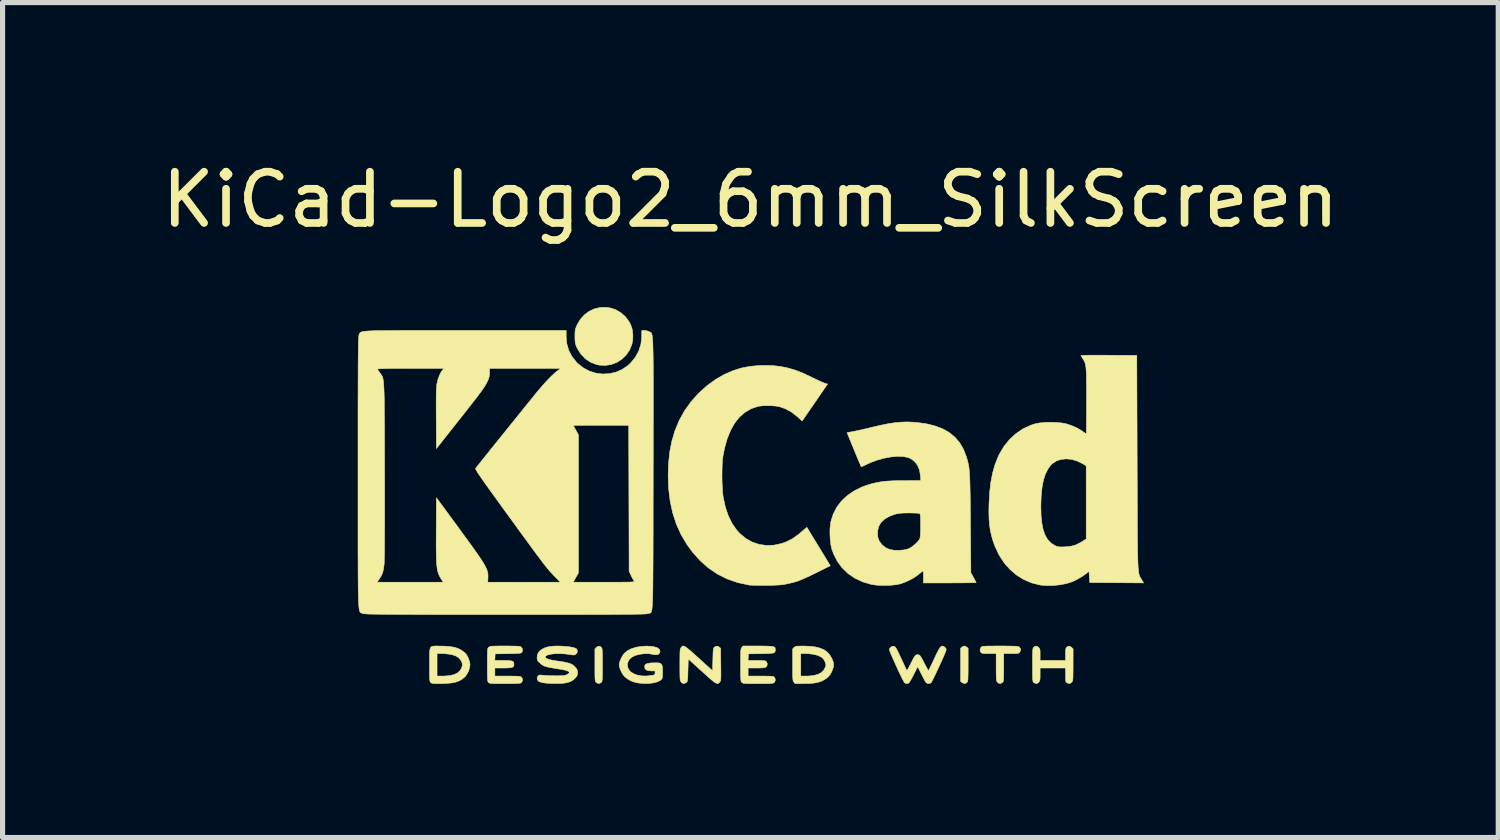
<source format=kicad_pcb>
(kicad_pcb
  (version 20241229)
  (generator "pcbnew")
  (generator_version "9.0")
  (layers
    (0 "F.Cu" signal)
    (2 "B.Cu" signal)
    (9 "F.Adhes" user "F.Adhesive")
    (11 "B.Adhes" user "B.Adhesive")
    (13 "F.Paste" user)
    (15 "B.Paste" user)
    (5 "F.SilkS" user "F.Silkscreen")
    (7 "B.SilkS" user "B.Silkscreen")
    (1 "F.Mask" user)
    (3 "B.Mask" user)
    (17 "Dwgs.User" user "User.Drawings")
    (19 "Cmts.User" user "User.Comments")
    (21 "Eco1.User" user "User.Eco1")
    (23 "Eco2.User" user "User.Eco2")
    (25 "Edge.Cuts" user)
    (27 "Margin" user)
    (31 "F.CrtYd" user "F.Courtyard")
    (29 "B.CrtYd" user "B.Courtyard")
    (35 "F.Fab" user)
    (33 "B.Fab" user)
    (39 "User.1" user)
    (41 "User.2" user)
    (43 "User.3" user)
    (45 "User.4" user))
  (footprint "KiCad-Logo2_6mm_SilkScreen"
    (layer "F.Cu")
    (at 11.601 5.928)
    (property "Reference" "KiCad-Logo2_6mm_SilkScreen" (at 0 -5.08 0) (layer "F.SilkS") (effects (font (size 1 1) (thickness 0.15))))
    (attr board_only exclude_from_pos_files exclude_from_bom)
    (fp_poly (pts (xy 4.2 3.642) (xy 4.224 3.657) (xy 4.251 3.678) (xy 4.251 4) (xy 4.251 4.094) (xy 4.25 4.168) (xy 4.249 4.225) (xy 4.248 4.267) (xy 4.246 4.297) (xy 4.243 4.317) (xy 4.239 4.331) (xy 4.233 4.341) (xy 4.229 4.345) (xy 4.198 4.366) (xy 4.162 4.365) (xy 4.131 4.347) (xy 4.104 4.326) (xy 4.104 3.678) (xy 4.131 3.657) (xy 4.156 3.641) (xy 4.177 3.635) (xy 4.2 3.642)) (stroke (width 0.01) (type solid)) (fill yes) (layer "F.SilkS"))
    (fp_poly (pts (xy -2.912 3.658) (xy -2.906 3.665) (xy -2.9 3.675) (xy -2.896 3.69) (xy -2.894 3.712) (xy -2.892 3.744) (xy -2.89 3.789) (xy -2.89 3.849) (xy -2.89 3.926) (xy -2.89 4.002) (xy -2.89 4.096) (xy -2.89 4.17) (xy -2.891 4.226) (xy -2.892 4.268) (xy -2.894 4.298) (xy -2.897 4.318) (xy -2.901 4.332) (xy -2.907 4.341) (xy -2.912 4.346) (xy -2.945 4.366) (xy -2.98 4.364) (xy -3.012 4.343) (xy -3.019 4.335) (xy -3.025 4.325) (xy -3.029 4.311) (xy -3.032 4.291) (xy -3.034 4.261) (xy -3.035 4.219) (xy -3.036 4.162) (xy -3.036 4.088) (xy -3.036 4.004) (xy -3.036 3.691) (xy -3.009 3.663) (xy -2.974 3.64) (xy -2.941 3.639) (xy -2.912 3.658)) (stroke (width 0.01) (type solid)) (fill yes) (layer "F.SilkS"))
    (fp_poly (pts (xy -2.726 -2.964) (xy -2.623 -2.928) (xy -2.527 -2.871) (xy -2.441 -2.795) (xy -2.369 -2.697) (xy -2.336 -2.636) (xy -2.308 -2.55) (xy -2.295 -2.451) (xy -2.296 -2.35) (xy -2.313 -2.257) (xy -2.359 -2.145) (xy -2.425 -2.047) (xy -2.509 -1.966) (xy -2.606 -1.904) (xy -2.714 -1.862) (xy -2.829 -1.844) (xy -2.948 -1.849) (xy -3.007 -1.862) (xy -3.121 -1.906) (xy -3.222 -1.974) (xy -3.309 -2.063) (xy -3.377 -2.171) (xy -3.383 -2.183) (xy -3.403 -2.227) (xy -3.415 -2.265) (xy -3.422 -2.304) (xy -3.425 -2.355) (xy -3.426 -2.41) (xy -3.425 -2.476) (xy -3.421 -2.523) (xy -3.413 -2.562) (xy -3.399 -2.6) (xy -3.382 -2.639) (xy -3.318 -2.747) (xy -3.238 -2.834) (xy -3.147 -2.901) (xy -3.047 -2.948) (xy -2.941 -2.973) (xy -2.833 -2.979) (xy -2.726 -2.964)) (stroke (width 0.01) (type solid)) (fill yes) (layer "F.SilkS"))
    (fp_poly (pts (xy 4.975 3.635) (xy 5.053 3.636) (xy 5.115 3.637) (xy 5.161 3.638) (xy 5.194 3.64) (xy 5.217 3.643) (xy 5.232 3.646) (xy 5.243 3.651) (xy 5.248 3.655) (xy 5.273 3.688) (xy 5.276 3.721) (xy 5.26 3.752) (xy 5.25 3.764) (xy 5.239 3.773) (xy 5.223 3.778) (xy 5.197 3.781) (xy 5.159 3.782) (xy 5.102 3.782) (xy 5.091 3.782) (xy 4.945 3.782) (xy 4.945 4.053) (xy 4.945 4.138) (xy 4.944 4.204) (xy 4.943 4.253) (xy 4.942 4.288) (xy 4.939 4.312) (xy 4.935 4.328) (xy 4.929 4.338) (xy 4.922 4.346) (xy 4.889 4.366) (xy 4.855 4.365) (xy 4.824 4.342) (xy 4.822 4.339) (xy 4.814 4.329) (xy 4.808 4.316) (xy 4.804 4.299) (xy 4.801 4.274) (xy 4.8 4.238) (xy 4.799 4.188) (xy 4.798 4.122) (xy 4.798 4.046) (xy 4.798 3.782) (xy 4.659 3.782) (xy 4.599 3.782) (xy 4.558 3.78) (xy 4.53 3.777) (xy 4.513 3.771) (xy 4.502 3.763) (xy 4.501 3.761) (xy 4.484 3.728) (xy 4.486 3.691) (xy 4.505 3.658) (xy 4.512 3.651) (xy 4.521 3.646) (xy 4.535 3.643) (xy 4.556 3.64) (xy 4.587 3.638) (xy 4.63 3.636) (xy 4.687 3.636) (xy 4.762 3.635) (xy 4.856 3.635) (xy 4.876 3.635) (xy 4.975 3.635)) (stroke (width 0.01) (type solid)) (fill yes) (layer "F.SilkS"))
    (fp_poly (pts (xy 6.241 3.641) (xy 6.272 3.663) (xy 6.3 3.691) (xy 6.3 4) (xy 6.3 4.092) (xy 6.299 4.164) (xy 6.298 4.219) (xy 6.297 4.26) (xy 6.295 4.289) (xy 6.291 4.309) (xy 6.287 4.323) (xy 6.281 4.333) (xy 6.276 4.339) (xy 6.245 4.364) (xy 6.21 4.367) (xy 6.178 4.351) (xy 6.167 4.343) (xy 6.16 4.331) (xy 6.156 4.312) (xy 6.154 4.281) (xy 6.153 4.235) (xy 6.153 4.199) (xy 6.153 4.064) (xy 5.656 4.064) (xy 5.656 4.187) (xy 5.656 4.243) (xy 5.654 4.282) (xy 5.649 4.308) (xy 5.642 4.326) (xy 5.633 4.339) (xy 5.602 4.364) (xy 5.567 4.367) (xy 5.533 4.349) (xy 5.524 4.34) (xy 5.518 4.328) (xy 5.514 4.309) (xy 5.511 4.28) (xy 5.51 4.236) (xy 5.509 4.174) (xy 5.509 4.16) (xy 5.509 4.044) (xy 5.508 3.948) (xy 5.508 3.87) (xy 5.509 3.809) (xy 5.51 3.762) (xy 5.512 3.727) (xy 5.514 3.701) (xy 5.517 3.684) (xy 5.521 3.672) (xy 5.526 3.664) (xy 5.532 3.658) (xy 5.564 3.638) (xy 5.597 3.641) (xy 5.628 3.663) (xy 5.641 3.677) (xy 5.649 3.693) (xy 5.654 3.716) (xy 5.656 3.75) (xy 5.656 3.802) (xy 5.656 3.917) (xy 6.153 3.917) (xy 6.153 3.799) (xy 6.153 3.744) (xy 6.155 3.707) (xy 6.16 3.683) (xy 6.167 3.668) (xy 6.175 3.658) (xy 6.207 3.638) (xy 6.241 3.641)) (stroke (width 0.01) (type solid)) (fill yes) (layer "F.SilkS"))
    (fp_poly (pts (xy 1.03 3.635) (xy 1.159 3.64) (xy 1.269 3.653) (xy 1.361 3.676) (xy 1.438 3.709) (xy 1.5 3.754) (xy 1.551 3.81) (xy 1.591 3.88) (xy 1.592 3.882) (xy 1.616 3.944) (xy 1.625 3.999) (xy 1.618 4.054) (xy 1.595 4.117) (xy 1.591 4.127) (xy 1.562 4.183) (xy 1.529 4.227) (xy 1.487 4.264) (xy 1.429 4.3) (xy 1.426 4.302) (xy 1.375 4.326) (xy 1.318 4.344) (xy 1.251 4.357) (xy 1.17 4.365) (xy 1.072 4.368) (xy 1.037 4.368) (xy 0.871 4.369) (xy 0.848 4.339) (xy 0.841 4.33) (xy 0.836 4.318) (xy 0.831 4.302) (xy 0.829 4.279) (xy 0.827 4.247) (xy 0.826 4.222) (xy 0.983 4.222) (xy 1.076 4.222) (xy 1.131 4.221) (xy 1.188 4.216) (xy 1.234 4.21) (xy 1.237 4.21) (xy 1.319 4.188) (xy 1.383 4.155) (xy 1.43 4.109) (xy 1.463 4.049) (xy 1.469 4.033) (xy 1.474 4.009) (xy 1.472 3.984) (xy 1.46 3.952) (xy 1.453 3.936) (xy 1.43 3.893) (xy 1.402 3.863) (xy 1.371 3.843) (xy 1.309 3.816) (xy 1.229 3.796) (xy 1.137 3.785) (xy 1.07 3.782) (xy 0.983 3.782) (xy 0.983 4.222) (xy 0.826 4.222) (xy 0.825 4.201) (xy 0.825 4.141) (xy 0.825 4.062) (xy 0.825 4) (xy 0.825 3.691) (xy 0.852 3.663) (xy 0.865 3.652) (xy 0.878 3.644) (xy 0.896 3.639) (xy 0.924 3.637) (xy 0.966 3.636) (xy 1.026 3.635) (xy 1.03 3.635)) (stroke (width 0.01) (type solid)) (fill yes) (layer "F.SilkS"))
    (fp_poly (pts (xy -6.11 3.635) (xy -6.07 3.636) (xy -5.954 3.638) (xy -5.858 3.647) (xy -5.776 3.661) (xy -5.707 3.683) (xy -5.647 3.714) (xy -5.592 3.753) (xy -5.572 3.77) (xy -5.54 3.81) (xy -5.511 3.864) (xy -5.488 3.924) (xy -5.476 3.981) (xy -5.475 4.002) (xy -5.483 4.061) (xy -5.504 4.125) (xy -5.535 4.186) (xy -5.572 4.235) (xy -5.578 4.24) (xy -5.629 4.282) (xy -5.684 4.314) (xy -5.748 4.338) (xy -5.823 4.354) (xy -5.912 4.364) (xy -6.019 4.369) (xy -6.068 4.369) (xy -6.13 4.369) (xy -6.174 4.367) (xy -6.203 4.365) (xy -6.222 4.36) (xy -6.235 4.353) (xy -6.242 4.346) (xy -6.249 4.339) (xy -6.254 4.329) (xy -6.258 4.315) (xy -6.261 4.293) (xy -6.263 4.26) (xy -6.264 4.216) (xy -6.265 4.156) (xy -6.265 4.078) (xy -6.265 4.002) (xy -6.265 3.901) (xy -6.265 3.821) (xy -6.264 3.782) (xy -6.118 3.782) (xy -6.118 4.222) (xy -6.025 4.222) (xy -5.969 4.221) (xy -5.91 4.216) (xy -5.861 4.211) (xy -5.86 4.21) (xy -5.781 4.191) (xy -5.719 4.161) (xy -5.673 4.119) (xy -5.643 4.073) (xy -5.625 4.022) (xy -5.626 3.974) (xy -5.647 3.923) (xy -5.689 3.87) (xy -5.746 3.831) (xy -5.821 3.805) (xy -5.871 3.795) (xy -5.928 3.789) (xy -5.988 3.784) (xy -6.039 3.782) (xy -6.042 3.782) (xy -6.118 3.782) (xy -6.264 3.782) (xy -6.264 3.758) (xy -6.259 3.711) (xy -6.251 3.678) (xy -6.238 3.656) (xy -6.218 3.643) (xy -6.191 3.637) (xy -6.155 3.635) (xy -6.11 3.635)) (stroke (width 0.01) (type solid)) (fill yes) (layer "F.SilkS"))
    (fp_poly (pts (xy -1.288 3.64) (xy -1.265 3.653) (xy -1.234 3.676) (xy -1.194 3.709) (xy -1.144 3.752) (xy -1.082 3.807) (xy -1.006 3.876) (xy -0.92 3.954) (xy -0.739 4.118) (xy -0.733 3.898) (xy -0.731 3.823) (xy -0.729 3.766) (xy -0.727 3.726) (xy -0.724 3.698) (xy -0.72 3.681) (xy -0.714 3.669) (xy -0.705 3.66) (xy -0.701 3.657) (xy -0.667 3.638) (xy -0.634 3.641) (xy -0.608 3.657) (xy -0.581 3.678) (xy -0.578 3.993) (xy -0.577 4.086) (xy -0.576 4.159) (xy -0.576 4.214) (xy -0.577 4.256) (xy -0.579 4.285) (xy -0.582 4.305) (xy -0.586 4.32) (xy -0.592 4.33) (xy -0.598 4.339) (xy -0.612 4.354) (xy -0.625 4.365) (xy -0.64 4.369) (xy -0.659 4.365) (xy -0.684 4.353) (xy -0.716 4.331) (xy -0.757 4.298) (xy -0.809 4.253) (xy -0.874 4.195) (xy -0.948 4.128) (xy -1.213 3.888) (xy -1.219 4.107) (xy -1.221 4.182) (xy -1.223 4.239) (xy -1.225 4.279) (xy -1.228 4.306) (xy -1.233 4.324) (xy -1.239 4.335) (xy -1.247 4.344) (xy -1.251 4.347) (xy -1.288 4.367) (xy -1.323 4.364) (xy -1.353 4.339) (xy -1.36 4.329) (xy -1.366 4.318) (xy -1.37 4.302) (xy -1.373 4.279) (xy -1.375 4.246) (xy -1.376 4.201) (xy -1.377 4.14) (xy -1.377 4.061) (xy -1.377 4.002) (xy -1.377 3.911) (xy -1.376 3.839) (xy -1.376 3.784) (xy -1.374 3.744) (xy -1.372 3.715) (xy -1.368 3.695) (xy -1.364 3.681) (xy -1.358 3.671) (xy -1.353 3.665) (xy -1.342 3.651) (xy -1.332 3.64) (xy -1.32 3.634) (xy -1.306 3.634) (xy -1.288 3.64)) (stroke (width 0.01) (type solid)) (fill yes) (layer "F.SilkS"))
    (fp_poly (pts (xy -1.938 3.641) (xy -1.87 3.652) (xy -1.817 3.67) (xy -1.783 3.694) (xy -1.774 3.707) (xy -1.764 3.738) (xy -1.771 3.767) (xy -1.791 3.793) (xy -1.822 3.806) (xy -1.867 3.805) (xy -1.903 3.798) (xy -1.981 3.785) (xy -2.061 3.784) (xy -2.15 3.794) (xy -2.175 3.799) (xy -2.258 3.822) (xy -2.323 3.857) (xy -2.369 3.903) (xy -2.395 3.959) (xy -2.401 3.988) (xy -2.397 4.046) (xy -2.374 4.098) (xy -2.333 4.142) (xy -2.277 4.177) (xy -2.207 4.203) (xy -2.126 4.218) (xy -2.036 4.221) (xy -1.939 4.211) (xy -1.934 4.21) (xy -1.895 4.203) (xy -1.874 4.196) (xy -1.865 4.185) (xy -1.862 4.168) (xy -1.862 4.159) (xy -1.862 4.121) (xy -1.931 4.121) (xy -1.991 4.117) (xy -2.032 4.103) (xy -2.056 4.08) (xy -2.065 4.045) (xy -2.065 4.041) (xy -2.06 4.011) (xy -2.043 3.99) (xy -2.01 3.976) (xy -1.96 3.967) (xy -1.911 3.964) (xy -1.841 3.963) (xy -1.789 3.965) (xy -1.755 3.975) (xy -1.733 3.995) (xy -1.721 4.027) (xy -1.716 4.074) (xy -1.715 4.136) (xy -1.717 4.206) (xy -1.721 4.253) (xy -1.728 4.278) (xy -1.73 4.28) (xy -1.769 4.312) (xy -1.826 4.337) (xy -1.897 4.355) (xy -1.98 4.365) (xy -2.069 4.367) (xy -2.163 4.36) (xy -2.218 4.352) (xy -2.304 4.328) (xy -2.384 4.288) (xy -2.451 4.236) (xy -2.461 4.226) (xy -2.495 4.182) (xy -2.524 4.128) (xy -2.548 4.072) (xy -2.561 4.02) (xy -2.562 4.001) (xy -2.556 3.96) (xy -2.538 3.908) (xy -2.513 3.855) (xy -2.483 3.805) (xy -2.457 3.773) (xy -2.396 3.724) (xy -2.317 3.685) (xy -2.223 3.657) (xy -2.117 3.64) (xy -2.02 3.636) (xy -1.938 3.641)) (stroke (width 0.01) (type solid)) (fill yes) (layer "F.SilkS"))
    (fp_poly (pts (xy 0.242 3.635) (xy 0.318 3.636) (xy 0.377 3.639) (xy 0.42 3.642) (xy 0.45 3.648) (xy 0.469 3.657) (xy 0.48 3.669) (xy 0.485 3.685) (xy 0.486 3.705) (xy 0.486 3.708) (xy 0.485 3.73) (xy 0.48 3.748) (xy 0.469 3.761) (xy 0.449 3.77) (xy 0.418 3.776) (xy 0.372 3.78) (xy 0.31 3.783) (xy 0.228 3.784) (xy 0.203 3.785) (xy -0.039 3.788) (xy -0.042 3.853) (xy -0.046 3.917) (xy 0.122 3.917) (xy 0.188 3.918) (xy 0.235 3.919) (xy 0.267 3.921) (xy 0.287 3.925) (xy 0.301 3.931) (xy 0.31 3.94) (xy 0.311 3.94) (xy 0.328 3.973) (xy 0.327 4.01) (xy 0.309 4.041) (xy 0.305 4.044) (xy 0.292 4.052) (xy 0.275 4.058) (xy 0.248 4.061) (xy 0.209 4.063) (xy 0.153 4.064) (xy 0.118 4.064) (xy -0.045 4.064) (xy -0.045 4.222) (xy 0.202 4.222) (xy 0.283 4.222) (xy 0.345 4.223) (xy 0.39 4.224) (xy 0.422 4.226) (xy 0.443 4.23) (xy 0.456 4.234) (xy 0.465 4.241) (xy 0.467 4.243) (xy 0.483 4.274) (xy 0.485 4.31) (xy 0.471 4.341) (xy 0.461 4.351) (xy 0.45 4.357) (xy 0.433 4.361) (xy 0.407 4.364) (xy 0.37 4.367) (xy 0.319 4.368) (xy 0.252 4.369) (xy 0.165 4.369) (xy 0.145 4.369) (xy 0.057 4.369) (xy -0.012 4.369) (xy -0.064 4.368) (xy -0.101 4.366) (xy -0.127 4.364) (xy -0.144 4.36) (xy -0.156 4.355) (xy -0.164 4.349) (xy -0.168 4.344) (xy -0.175 4.336) (xy -0.181 4.326) (xy -0.185 4.311) (xy -0.187 4.289) (xy -0.189 4.257) (xy -0.191 4.212) (xy -0.191 4.151) (xy -0.191 4.073) (xy -0.191 4.007) (xy -0.191 3.915) (xy -0.191 3.842) (xy -0.19 3.787) (xy -0.189 3.746) (xy -0.187 3.717) (xy -0.183 3.696) (xy -0.179 3.682) (xy -0.173 3.672) (xy -0.168 3.665) (xy -0.145 3.635) (xy 0.145 3.635) (xy 0.242 3.635)) (stroke (width 0.01) (type solid)) (fill yes) (layer "F.SilkS"))
    (fp_poly (pts (xy -4.701 3.635) (xy -4.632 3.636) (xy -4.579 3.637) (xy -4.541 3.638) (xy -4.514 3.641) (xy -4.496 3.644) (xy -4.484 3.649) (xy -4.475 3.655) (xy -4.472 3.658) (xy -4.452 3.689) (xy -4.449 3.725) (xy -4.462 3.757) (xy -4.468 3.763) (xy -4.478 3.769) (xy -4.493 3.774) (xy -4.518 3.778) (xy -4.554 3.78) (xy -4.605 3.782) (xy -4.673 3.784) (xy -4.736 3.785) (xy -4.984 3.788) (xy -4.987 3.853) (xy -4.99 3.917) (xy -4.822 3.917) (xy -4.749 3.918) (xy -4.696 3.921) (xy -4.659 3.927) (xy -4.636 3.936) (xy -4.623 3.952) (xy -4.618 3.974) (xy -4.617 3.994) (xy -4.619 4.019) (xy -4.629 4.037) (xy -4.648 4.05) (xy -4.679 4.058) (xy -4.727 4.062) (xy -4.792 4.064) (xy -4.828 4.064) (xy -4.989 4.064) (xy -4.989 4.222) (xy -4.741 4.222) (xy -4.66 4.222) (xy -4.598 4.223) (xy -4.552 4.224) (xy -4.52 4.226) (xy -4.499 4.229) (xy -4.485 4.234) (xy -4.475 4.24) (xy -4.47 4.245) (xy -4.453 4.272) (xy -4.447 4.296) (xy -4.455 4.325) (xy -4.47 4.346) (xy -4.478 4.353) (xy -4.488 4.359) (xy -4.503 4.362) (xy -4.526 4.365) (xy -4.559 4.367) (xy -4.606 4.368) (xy -4.668 4.369) (xy -4.75 4.369) (xy -4.792 4.369) (xy -4.882 4.369) (xy -4.952 4.369) (xy -5.005 4.368) (xy -5.044 4.366) (xy -5.071 4.364) (xy -5.09 4.36) (xy -5.102 4.356) (xy -5.11 4.35) (xy -5.113 4.346) (xy -5.12 4.339) (xy -5.125 4.329) (xy -5.129 4.314) (xy -5.132 4.292) (xy -5.134 4.26) (xy -5.135 4.215) (xy -5.136 4.155) (xy -5.136 4.077) (xy -5.136 4.004) (xy -5.136 3.911) (xy -5.136 3.838) (xy -5.135 3.782) (xy -5.134 3.74) (xy -5.132 3.711) (xy -5.129 3.691) (xy -5.125 3.678) (xy -5.119 3.669) (xy -5.112 3.661) (xy -5.11 3.66) (xy -5.101 3.652) (xy -5.091 3.647) (xy -5.077 3.642) (xy -5.056 3.639) (xy -5.025 3.637) (xy -4.981 3.636) (xy -4.922 3.635) (xy -4.845 3.635) (xy -4.79 3.635) (xy -4.701 3.635)) (stroke (width 0.01) (type solid)) (fill yes) (layer "F.SilkS"))
    (fp_poly (pts (xy 3.756 3.637) (xy 3.776 3.644) (xy 3.777 3.645) (xy 3.803 3.665) (xy 3.818 3.686) (xy 3.821 3.696) (xy 3.821 3.709) (xy 3.817 3.727) (xy 3.808 3.753) (xy 3.793 3.79) (xy 3.772 3.839) (xy 3.744 3.903) (xy 3.707 3.983) (xy 3.687 4.027) (xy 3.65 4.106) (xy 3.616 4.179) (xy 3.585 4.242) (xy 3.559 4.294) (xy 3.54 4.331) (xy 3.527 4.352) (xy 3.525 4.355) (xy 3.494 4.367) (xy 3.459 4.366) (xy 3.431 4.351) (xy 3.43 4.349) (xy 3.418 4.332) (xy 3.4 4.299) (xy 3.376 4.255) (xy 3.349 4.202) (xy 3.339 4.183) (xy 3.266 4.036) (xy 3.186 4.196) (xy 3.157 4.251) (xy 3.131 4.298) (xy 3.109 4.335) (xy 3.093 4.357) (xy 3.088 4.362) (xy 3.046 4.368) (xy 3.012 4.355) (xy 3.001 4.341) (xy 2.984 4.309) (xy 2.96 4.263) (xy 2.932 4.205) (xy 2.901 4.14) (xy 2.869 4.07) (xy 2.835 3.997) (xy 2.804 3.927) (xy 2.774 3.86) (xy 2.749 3.801) (xy 2.729 3.753) (xy 2.716 3.718) (xy 2.712 3.7) (xy 2.712 3.7) (xy 2.723 3.678) (xy 2.745 3.655) (xy 2.746 3.654) (xy 2.774 3.639) (xy 2.799 3.639) (xy 2.808 3.642) (xy 2.82 3.648) (xy 2.832 3.66) (xy 2.846 3.681) (xy 2.864 3.713) (xy 2.887 3.759) (xy 2.917 3.821) (xy 2.943 3.878) (xy 2.974 3.944) (xy 3.002 4.004) (xy 3.025 4.054) (xy 3.042 4.091) (xy 3.051 4.112) (xy 3.052 4.115) (xy 3.058 4.11) (xy 3.073 4.087) (xy 3.093 4.051) (xy 3.117 4.004) (xy 3.127 3.985) (xy 3.16 3.92) (xy 3.185 3.873) (xy 3.205 3.84) (xy 3.222 3.82) (xy 3.237 3.809) (xy 3.253 3.805) (xy 3.264 3.805) (xy 3.282 3.806) (xy 3.299 3.813) (xy 3.315 3.828) (xy 3.333 3.853) (xy 3.355 3.892) (xy 3.384 3.948) (xy 3.4 3.979) (xy 3.426 4.029) (xy 3.449 4.071) (xy 3.466 4.1) (xy 3.476 4.114) (xy 3.478 4.115) (xy 3.484 4.104) (xy 3.498 4.075) (xy 3.519 4.032) (xy 3.546 3.978) (xy 3.575 3.915) (xy 3.59 3.883) (xy 3.628 3.802) (xy 3.659 3.74) (xy 3.683 3.694) (xy 3.704 3.663) (xy 3.722 3.645) (xy 3.739 3.637) (xy 3.756 3.637)) (stroke (width 0.01) (type solid)) (fill yes) (layer "F.SilkS"))
    (fp_poly (pts (xy -3.68 3.637) (xy -3.605 3.642) (xy -3.536 3.65) (xy -3.475 3.661) (xy -3.428 3.674) (xy -3.399 3.689) (xy -3.394 3.693) (xy -3.378 3.728) (xy -3.383 3.764) (xy -3.408 3.794) (xy -3.409 3.795) (xy -3.423 3.804) (xy -3.438 3.809) (xy -3.459 3.81) (xy -3.492 3.806) (xy -3.54 3.798) (xy -3.544 3.798) (xy -3.617 3.789) (xy -3.696 3.784) (xy -3.774 3.784) (xy -3.848 3.788) (xy -3.91 3.797) (xy -3.957 3.809) (xy -3.96 3.81) (xy -3.993 3.829) (xy -4.005 3.848) (xy -3.996 3.867) (xy -3.966 3.885) (xy -3.917 3.901) (xy -3.849 3.916) (xy -3.804 3.923) (xy -3.71 3.936) (xy -3.635 3.948) (xy -3.576 3.961) (xy -3.53 3.974) (xy -3.494 3.989) (xy -3.464 4.007) (xy -3.438 4.03) (xy -3.417 4.052) (xy -3.391 4.083) (xy -3.379 4.11) (xy -3.375 4.142) (xy -3.375 4.154) (xy -3.378 4.194) (xy -3.389 4.223) (xy -3.41 4.25) (xy -3.451 4.29) (xy -3.496 4.32) (xy -3.55 4.342) (xy -3.615 4.357) (xy -3.695 4.365) (xy -3.793 4.367) (xy -3.81 4.367) (xy -3.875 4.366) (xy -3.94 4.363) (xy -3.998 4.359) (xy -4.04 4.353) (xy -4.044 4.353) (xy -4.086 4.343) (xy -4.122 4.33) (xy -4.142 4.318) (xy -4.161 4.288) (xy -4.163 4.252) (xy -4.146 4.22) (xy -4.143 4.217) (xy -4.128 4.206) (xy -4.109 4.201) (xy -4.079 4.202) (xy -4.044 4.206) (xy -4.004 4.21) (xy -3.949 4.213) (xy -3.884 4.215) (xy -3.816 4.216) (xy -3.798 4.216) (xy -3.73 4.216) (xy -3.681 4.215) (xy -3.645 4.212) (xy -3.619 4.207) (xy -3.597 4.2) (xy -3.584 4.194) (xy -3.556 4.177) (xy -3.538 4.162) (xy -3.536 4.158) (xy -3.541 4.14) (xy -3.568 4.123) (xy -3.613 4.108) (xy -3.675 4.094) (xy -3.693 4.091) (xy -3.789 4.076) (xy -3.866 4.063) (xy -3.926 4.052) (xy -3.973 4.042) (xy -4.009 4.031) (xy -4.038 4.019) (xy -4.062 4.005) (xy -4.084 3.988) (xy -4.108 3.968) (xy -4.116 3.96) (xy -4.144 3.933) (xy -4.158 3.911) (xy -4.164 3.886) (xy -4.165 3.855) (xy -4.155 3.794) (xy -4.124 3.742) (xy -4.073 3.699) (xy -4.002 3.666) (xy -3.951 3.651) (xy -3.895 3.642) (xy -3.829 3.636) (xy -3.756 3.635) (xy -3.68 3.637)) (stroke (width 0.01) (type solid)) (fill yes) (layer "F.SilkS"))
    (fp_poly (pts (xy 0.44 -1.84) (xy 0.588 -1.823) (xy 0.731 -1.794) (xy 0.876 -1.751) (xy 1.028 -1.692) (xy 1.192 -1.615) (xy 1.222 -1.6) (xy 1.29 -1.567) (xy 1.354 -1.537) (xy 1.408 -1.513) (xy 1.446 -1.498) (xy 1.451 -1.496) (xy 1.506 -1.48) (xy 1.26 -1.121) (xy 1.2 -1.033) (xy 1.144 -0.953) (xy 1.096 -0.883) (xy 1.057 -0.826) (xy 1.029 -0.785) (xy 1.013 -0.763) (xy 1.011 -0.759) (xy 1 -0.767) (xy 0.975 -0.789) (xy 0.939 -0.823) (xy 0.919 -0.841) (xy 0.806 -0.931) (xy 0.679 -0.999) (xy 0.57 -1.037) (xy 0.504 -1.049) (xy 0.422 -1.056) (xy 0.333 -1.058) (xy 0.247 -1.056) (xy 0.173 -1.048) (xy 0.144 -1.043) (xy 0.011 -0.997) (xy -0.108 -0.927) (xy -0.215 -0.834) (xy -0.308 -0.716) (xy -0.387 -0.575) (xy -0.454 -0.411) (xy -0.506 -0.223) (xy -0.537 -0.062) (xy -0.546 0.009) (xy -0.551 0.101) (xy -0.554 0.207) (xy -0.555 0.32) (xy -0.553 0.435) (xy -0.548 0.544) (xy -0.542 0.64) (xy -0.533 0.718) (xy -0.531 0.73) (xy -0.489 0.923) (xy -0.431 1.094) (xy -0.357 1.243) (xy -0.267 1.372) (xy -0.203 1.442) (xy -0.089 1.536) (xy 0.037 1.606) (xy 0.172 1.651) (xy 0.313 1.671) (xy 0.459 1.666) (xy 0.608 1.634) (xy 0.696 1.603) (xy 0.818 1.542) (xy 0.943 1.453) (xy 1.013 1.393) (xy 1.053 1.358) (xy 1.084 1.332) (xy 1.101 1.32) (xy 1.104 1.32) (xy 1.112 1.332) (xy 1.132 1.366) (xy 1.163 1.416) (xy 1.203 1.482) (xy 1.251 1.56) (xy 1.304 1.647) (xy 1.334 1.696) (xy 1.56 2.067) (xy 1.278 2.207) (xy 1.176 2.257) (xy 1.093 2.296) (xy 1.025 2.327) (xy 0.966 2.351) (xy 0.911 2.371) (xy 0.855 2.388) (xy 0.794 2.403) (xy 0.735 2.417) (xy 0.682 2.428) (xy 0.627 2.437) (xy 0.565 2.443) (xy 0.488 2.447) (xy 0.394 2.45) (xy 0.33 2.451) (xy 0.238 2.452) (xy 0.151 2.451) (xy 0.073 2.45) (xy 0.01 2.447) (xy -0.032 2.444) (xy -0.034 2.443) (xy -0.25 2.396) (xy -0.452 2.326) (xy -0.642 2.231) (xy -0.818 2.112) (xy -0.98 1.969) (xy -1.129 1.803) (xy -1.238 1.654) (xy -1.353 1.461) (xy -1.446 1.256) (xy -1.517 1.038) (xy -1.567 0.807) (xy -1.597 0.56) (xy -1.606 0.309) (xy -1.598 0.066) (xy -1.574 -0.158) (xy -1.533 -0.368) (xy -1.474 -0.565) (xy -1.396 -0.756) (xy -1.387 -0.776) (xy -1.284 -0.96) (xy -1.159 -1.135) (xy -1.013 -1.298) (xy -0.851 -1.445) (xy -0.676 -1.572) (xy -0.514 -1.665) (xy -0.349 -1.738) (xy -0.185 -1.791) (xy -0.013 -1.825) (xy 0.171 -1.842) (xy 0.281 -1.844) (xy 0.44 -1.84)) (stroke (width 0.01) (type solid)) (fill yes) (layer "F.SilkS"))
    (fp_poly (pts (xy 6.842 -2.043) (xy 6.959 -2.043) (xy 6.999 -2.042) (xy 7.544 -2.039) (xy 7.551 0.055) (xy 7.552 0.339) (xy 7.553 0.597) (xy 7.554 0.83) (xy 7.555 1.039) (xy 7.555 1.227) (xy 7.556 1.393) (xy 7.557 1.54) (xy 7.559 1.669) (xy 7.56 1.782) (xy 7.562 1.879) (xy 7.564 1.961) (xy 7.567 2.031) (xy 7.57 2.09) (xy 7.574 2.138) (xy 7.578 2.177) (xy 7.582 2.209) (xy 7.588 2.235) (xy 7.594 2.257) (xy 7.601 2.274) (xy 7.609 2.29) (xy 7.618 2.305) (xy 7.627 2.32) (xy 7.638 2.337) (xy 7.64 2.341) (xy 7.676 2.403) (xy 7.15 2.399) (xy 6.625 2.396) (xy 6.618 2.28) (xy 6.614 2.225) (xy 6.61 2.193) (xy 6.605 2.18) (xy 6.597 2.183) (xy 6.59 2.19) (xy 6.561 2.217) (xy 6.514 2.251) (xy 6.456 2.289) (xy 6.392 2.326) (xy 6.33 2.359) (xy 6.283 2.38) (xy 6.171 2.415) (xy 6.044 2.44) (xy 5.909 2.454) (xy 5.777 2.455) (xy 5.656 2.444) (xy 5.654 2.444) (xy 5.49 2.402) (xy 5.335 2.336) (xy 5.193 2.247) (xy 5.065 2.137) (xy 4.951 2.006) (xy 4.854 1.856) (xy 4.775 1.689) (xy 4.731 1.565) (xy 4.703 1.462) (xy 4.682 1.361) (xy 4.667 1.258) (xy 4.659 1.146) (xy 4.656 1.019) (xy 4.658 0.915) (xy 5.671 0.915) (xy 5.675 1.089) (xy 5.691 1.239) (xy 5.716 1.366) (xy 5.754 1.471) (xy 5.803 1.555) (xy 5.864 1.621) (xy 5.934 1.668) (xy 5.971 1.685) (xy 6.003 1.695) (xy 6.038 1.7) (xy 6.086 1.701) (xy 6.137 1.699) (xy 6.238 1.69) (xy 6.318 1.672) (xy 6.343 1.664) (xy 6.4 1.638) (xy 6.461 1.605) (xy 6.487 1.589) (xy 6.556 1.544) (xy 6.556 0.117) (xy 6.48 0.072) (xy 6.375 0.021) (xy 6.268 -0.01) (xy 6.162 -0.019) (xy 6.061 -0.008) (xy 5.97 0.023) (xy 5.893 0.075) (xy 5.868 0.099) (xy 5.808 0.181) (xy 5.759 0.279) (xy 5.721 0.396) (xy 5.695 0.533) (xy 5.678 0.692) (xy 5.671 0.876) (xy 5.671 0.915) (xy 4.658 0.915) (xy 4.658 0.872) (xy 4.67 0.646) (xy 4.693 0.442) (xy 4.729 0.258) (xy 4.777 0.089) (xy 4.839 -0.066) (xy 4.861 -0.112) (xy 4.95 -0.262) (xy 5.058 -0.396) (xy 5.182 -0.51) (xy 5.319 -0.604) (xy 5.468 -0.674) (xy 5.557 -0.703) (xy 5.644 -0.72) (xy 5.749 -0.73) (xy 5.863 -0.734) (xy 5.977 -0.73) (xy 6.083 -0.719) (xy 6.167 -0.703) (xy 6.268 -0.67) (xy 6.366 -0.628) (xy 6.451 -0.58) (xy 6.497 -0.548) (xy 6.528 -0.525) (xy 6.55 -0.51) (xy 6.555 -0.508) (xy 6.557 -0.521) (xy 6.558 -0.559) (xy 6.559 -0.619) (xy 6.561 -0.699) (xy 6.562 -0.795) (xy 6.562 -0.906) (xy 6.563 -1.027) (xy 6.563 -1.151) (xy 6.563 -1.31) (xy 6.562 -1.444) (xy 6.561 -1.555) (xy 6.56 -1.647) (xy 6.557 -1.721) (xy 6.553 -1.781) (xy 6.548 -1.829) (xy 6.54 -1.867) (xy 6.531 -1.898) (xy 6.52 -1.925) (xy 6.507 -1.949) (xy 6.49 -1.975) (xy 6.488 -1.978) (xy 6.467 -2.011) (xy 6.455 -2.034) (xy 6.453 -2.039) (xy 6.466 -2.04) (xy 6.504 -2.041) (xy 6.563 -2.042) (xy 6.642 -2.043) (xy 6.735 -2.043) (xy 6.842 -2.043)) (stroke (width 0.01) (type solid)) (fill yes) (layer "F.SilkS"))
    (fp_poly (pts (xy 3.168 -0.736) (xy 3.236 -0.731) (xy 3.43 -0.705) (xy 3.603 -0.663) (xy 3.753 -0.606) (xy 3.884 -0.532) (xy 3.994 -0.441) (xy 4.086 -0.333) (xy 4.16 -0.206) (xy 4.214 -0.069) (xy 4.227 -0.025) (xy 4.239 0.016) (xy 4.249 0.057) (xy 4.258 0.099) (xy 4.266 0.145) (xy 4.272 0.196) (xy 4.277 0.257) (xy 4.281 0.327) (xy 4.285 0.411) (xy 4.287 0.509) (xy 4.29 0.624) (xy 4.292 0.759) (xy 4.293 0.915) (xy 4.295 1.095) (xy 4.296 1.236) (xy 4.304 2.204) (xy 4.356 2.297) (xy 4.38 2.342) (xy 4.398 2.377) (xy 4.407 2.395) (xy 4.407 2.396) (xy 4.394 2.398) (xy 4.356 2.399) (xy 4.297 2.4) (xy 4.22 2.401) (xy 4.127 2.402) (xy 4.021 2.402) (xy 3.906 2.403) (xy 3.892 2.403) (xy 3.378 2.403) (xy 3.378 2.286) (xy 3.377 2.233) (xy 3.374 2.193) (xy 3.371 2.171) (xy 3.369 2.169) (xy 3.356 2.178) (xy 3.328 2.2) (xy 3.291 2.231) (xy 3.29 2.231) (xy 3.224 2.281) (xy 3.14 2.331) (xy 3.048 2.376) (xy 2.957 2.411) (xy 2.918 2.423) (xy 2.838 2.439) (xy 2.741 2.448) (xy 2.635 2.453) (xy 2.528 2.451) (xy 2.43 2.443) (xy 2.362 2.432) (xy 2.194 2.383) (xy 2.042 2.312) (xy 1.909 2.222) (xy 1.794 2.112) (xy 1.699 1.984) (xy 1.625 1.839) (xy 1.592 1.751) (xy 1.572 1.665) (xy 1.559 1.562) (xy 1.553 1.451) (xy 1.553 1.435) (xy 2.482 1.435) (xy 2.489 1.517) (xy 2.515 1.586) (xy 2.562 1.649) (xy 2.581 1.668) (xy 2.645 1.718) (xy 2.72 1.75) (xy 2.81 1.766) (xy 2.904 1.767) (xy 2.994 1.759) (xy 3.062 1.744) (xy 3.092 1.733) (xy 3.145 1.703) (xy 3.202 1.66) (xy 3.254 1.612) (xy 3.293 1.566) (xy 3.303 1.549) (xy 3.311 1.526) (xy 3.317 1.488) (xy 3.32 1.433) (xy 3.322 1.357) (xy 3.323 1.284) (xy 3.322 1.199) (xy 3.321 1.138) (xy 3.319 1.096) (xy 3.315 1.07) (xy 3.309 1.055) (xy 3.301 1.048) (xy 3.299 1.046) (xy 3.276 1.043) (xy 3.233 1.04) (xy 3.173 1.038) (xy 3.104 1.037) (xy 3.089 1.037) (xy 2.997 1.038) (xy 2.925 1.043) (xy 2.869 1.051) (xy 2.822 1.062) (xy 2.706 1.106) (xy 2.615 1.16) (xy 2.548 1.225) (xy 2.504 1.302) (xy 2.484 1.391) (xy 2.482 1.435) (xy 1.553 1.435) (xy 1.554 1.342) (xy 1.564 1.245) (xy 1.571 1.205) (xy 1.617 1.059) (xy 1.687 0.924) (xy 1.78 0.802) (xy 1.895 0.695) (xy 2.03 0.603) (xy 2.183 0.528) (xy 2.313 0.482) (xy 2.401 0.459) (xy 2.484 0.44) (xy 2.569 0.426) (xy 2.661 0.416) (xy 2.765 0.41) (xy 2.888 0.407) (xy 2.998 0.406) (xy 3.326 0.405) (xy 3.319 0.307) (xy 3.302 0.2) (xy 3.264 0.108) (xy 3.207 0.033) (xy 3.134 -0.022) (xy 3.07 -0.048) (xy 2.977 -0.065) (xy 2.867 -0.068) (xy 2.745 -0.057) (xy 2.615 -0.033) (xy 2.483 0.003) (xy 2.354 0.049) (xy 2.261 0.092) (xy 2.216 0.114) (xy 2.181 0.129) (xy 2.164 0.135) (xy 2.163 0.135) (xy 2.157 0.121) (xy 2.142 0.086) (xy 2.119 0.032) (xy 2.09 -0.037) (xy 2.056 -0.118) (xy 2.022 -0.201) (xy 1.886 -0.532) (xy 1.983 -0.548) (xy 2.025 -0.556) (xy 2.088 -0.57) (xy 2.167 -0.587) (xy 2.257 -0.608) (xy 2.351 -0.63) (xy 2.389 -0.64) (xy 2.552 -0.677) (xy 2.694 -0.706) (xy 2.822 -0.725) (xy 2.939 -0.736) (xy 3.053 -0.74) (xy 3.168 -0.736)) (stroke (width 0.01) (type solid)) (fill yes) (layer "F.SilkS"))
    (fp_poly (pts (xy -5.956 -2.526) (xy -5.691 -2.526) (xy -5.568 -2.526) (xy -3.597 -2.526) (xy -3.597 -2.41) (xy -3.585 -2.269) (xy -3.547 -2.138) (xy -3.485 -2.018) (xy -3.396 -1.907) (xy -3.366 -1.877) (xy -3.258 -1.793) (xy -3.14 -1.731) (xy -3.013 -1.692) (xy -2.883 -1.676) (xy -2.752 -1.683) (xy -2.625 -1.712) (xy -2.504 -1.765) (xy -2.393 -1.84) (xy -2.343 -1.886) (xy -2.25 -1.997) (xy -2.182 -2.12) (xy -2.139 -2.252) (xy -2.122 -2.392) (xy -2.122 -2.406) (xy -2.121 -2.526) (xy -2.068 -2.526) (xy -2.022 -2.52) (xy -1.979 -2.504) (xy -1.976 -2.503) (xy -1.966 -2.498) (xy -1.957 -2.494) (xy -1.949 -2.49) (xy -1.942 -2.485) (xy -1.935 -2.477) (xy -1.929 -2.467) (xy -1.924 -2.451) (xy -1.919 -2.43) (xy -1.915 -2.402) (xy -1.911 -2.366) (xy -1.908 -2.321) (xy -1.905 -2.266) (xy -1.903 -2.199) (xy -1.901 -2.12) (xy -1.899 -2.027) (xy -1.898 -1.919) (xy -1.897 -1.795) (xy -1.897 -1.654) (xy -1.896 -1.495) (xy -1.896 -1.317) (xy -1.896 -1.118) (xy -1.896 -0.897) (xy -1.897 -0.654) (xy -1.897 -0.386) (xy -1.897 -0.094) (xy -1.898 0.224) (xy -1.898 0.263) (xy -1.898 0.584) (xy -1.899 0.878) (xy -1.899 1.147) (xy -1.899 1.392) (xy -1.9 1.614) (xy -1.9 1.814) (xy -1.901 1.994) (xy -1.902 2.154) (xy -1.903 2.296) (xy -1.904 2.421) (xy -1.905 2.529) (xy -1.907 2.623) (xy -1.909 2.702) (xy -1.911 2.769) (xy -1.914 2.825) (xy -1.918 2.87) (xy -1.921 2.906) (xy -1.926 2.934) (xy -1.931 2.954) (xy -1.936 2.969) (xy -1.942 2.979) (xy -1.949 2.986) (xy -1.956 2.99) (xy -1.965 2.993) (xy -1.974 2.995) (xy -1.983 2.999) (xy -1.986 3) (xy -1.993 3.002) (xy -2.006 3.005) (xy -2.025 3.007) (xy -2.051 3.009) (xy -2.085 3.01) (xy -2.129 3.012) (xy -2.184 3.013) (xy -2.25 3.014) (xy -2.329 3.015) (xy -2.422 3.016) (xy -2.53 3.017) (xy -2.654 3.018) (xy -2.795 3.019) (xy -2.955 3.019) (xy -3.134 3.019) (xy -3.333 3.02) (xy -3.554 3.02) (xy -3.798 3.02) (xy -4.066 3.02) (xy -4.358 3.02) (xy -4.677 3.02) (xy -4.78 3.02) (xy -5.106 3.02) (xy -5.405 3.02) (xy -5.679 3.02) (xy -5.929 3.02) (xy -6.156 3.02) (xy -6.361 3.019) (xy -6.545 3.019) (xy -6.71 3.018) (xy -6.856 3.018) (xy -6.984 3.017) (xy -7.097 3.016) (xy -7.194 3.015) (xy -7.277 3.014) (xy -7.347 3.013) (xy -7.405 3.012) (xy -7.453 3.011) (xy -7.491 3.009) (xy -7.52 3.007) (xy -7.542 3.005) (xy -7.558 3.003) (xy -7.569 3.001) (xy -7.574 2.998) (xy -7.585 2.994) (xy -7.594 2.991) (xy -7.603 2.988) (xy -7.611 2.983) (xy -7.618 2.977) (xy -7.624 2.967) (xy -7.63 2.952) (xy -7.635 2.932) (xy -7.64 2.905) (xy -7.644 2.87) (xy -7.647 2.826) (xy -7.65 2.772) (xy -7.653 2.706) (xy -7.655 2.628) (xy -7.657 2.536) (xy -7.658 2.43) (xy -7.658 2.389) (xy -7.292 2.389) (xy -5.997 2.389) (xy -6.022 2.351) (xy -6.046 2.312) (xy -6.067 2.275) (xy -6.085 2.238) (xy -6.099 2.197) (xy -6.111 2.15) (xy -6.119 2.094) (xy -6.126 2.028) (xy -6.13 1.948) (xy -6.133 1.852) (xy -6.135 1.736) (xy -6.135 1.6) (xy -6.134 1.439) (xy -6.134 1.379) (xy -6.13 0.74) (xy -5.725 1.291) (xy -5.611 1.448) (xy -5.511 1.584) (xy -5.426 1.702) (xy -5.354 1.803) (xy -5.294 1.889) (xy -5.245 1.963) (xy -5.206 2.025) (xy -5.177 2.078) (xy -5.154 2.123) (xy -5.139 2.163) (xy -5.129 2.198) (xy -5.124 2.231) (xy -5.123 2.264) (xy -5.123 2.299) (xy -5.124 2.303) (xy -5.128 2.389) (xy -3.709 2.389) (xy -3.814 2.283) (xy -3.843 2.253) (xy -3.87 2.225) (xy -3.897 2.196) (xy -3.925 2.165) (xy -3.955 2.129) (xy -3.988 2.088) (xy -4.026 2.041) (xy -4.069 1.984) (xy -4.119 1.917) (xy -4.178 1.839) (xy -4.245 1.748) (xy -4.323 1.641) (xy -4.413 1.518) (xy -4.516 1.378) (xy -4.632 1.217) (xy -4.728 1.086) (xy -4.848 0.921) (xy -4.952 0.776) (xy -5.043 0.651) (xy -5.12 0.544) (xy -5.184 0.454) (xy -5.237 0.379) (xy -5.279 0.317) (xy -5.312 0.269) (xy -5.336 0.231) (xy -5.352 0.203) (xy -5.362 0.184) (xy -5.365 0.172) (xy -5.364 0.165) (xy -5.351 0.148) (xy -5.322 0.112) (xy -5.279 0.058) (xy -5.225 -0.01) (xy -5.16 -0.091) (xy -5.086 -0.183) (xy -5.006 -0.283) (xy -4.921 -0.389) (xy -4.832 -0.499) (xy -4.742 -0.611) (xy -4.692 -0.673) (xy -3.459 -0.673) (xy -3.408 -0.58) (xy -3.357 -0.487) (xy -3.357 2.204) (xy -3.408 2.296) (xy -3.459 2.389) (xy -2.853 2.389) (xy -2.709 2.389) (xy -2.589 2.389) (xy -2.493 2.388) (xy -2.417 2.388) (xy -2.359 2.386) (xy -2.317 2.385) (xy -2.289 2.382) (xy -2.273 2.379) (xy -2.266 2.375) (xy -2.265 2.37) (xy -2.269 2.365) (xy -2.27 2.365) (xy -2.287 2.34) (xy -2.31 2.299) (xy -2.33 2.258) (xy -2.368 2.176) (xy -2.376 -0.673) (xy -3.459 -0.673) (xy -4.692 -0.673) (xy -4.651 -0.723) (xy -4.563 -0.832) (xy -4.479 -0.937) (xy -4.4 -1.035) (xy -4.328 -1.124) (xy -4.264 -1.202) (xy -4.212 -1.267) (xy -4.172 -1.317) (xy -4.148 -1.346) (xy -4.056 -1.453) (xy -3.968 -1.55) (xy -3.886 -1.634) (xy -3.814 -1.701) (xy -3.763 -1.741) (xy -3.703 -1.785) (xy -5.092 -1.785) (xy -5.092 -1.703) (xy -5.096 -1.643) (xy -5.11 -1.588) (xy -5.133 -1.535) (xy -5.148 -1.505) (xy -5.163 -1.476) (xy -5.182 -1.445) (xy -5.204 -1.41) (xy -5.232 -1.369) (xy -5.267 -1.322) (xy -5.31 -1.264) (xy -5.362 -1.195) (xy -5.426 -1.113) (xy -5.503 -1.015) (xy -5.593 -0.9) (xy -5.7 -0.765) (xy -5.712 -0.75) (xy -6.13 -0.221) (xy -6.134 -0.807) (xy -6.135 -0.983) (xy -6.135 -1.131) (xy -6.134 -1.254) (xy -6.132 -1.35) (xy -6.128 -1.421) (xy -6.124 -1.467) (xy -6.123 -1.475) (xy -6.101 -1.567) (xy -6.071 -1.649) (xy -6.038 -1.716) (xy -6.018 -1.744) (xy -5.984 -1.785) (xy -6.638 -1.785) (xy -6.794 -1.785) (xy -6.924 -1.784) (xy -7.031 -1.784) (xy -7.116 -1.782) (xy -7.182 -1.781) (xy -7.229 -1.779) (xy -7.26 -1.776) (xy -7.277 -1.773) (xy -7.282 -1.769) (xy -7.282 -1.768) (xy -7.268 -1.747) (xy -7.245 -1.714) (xy -7.233 -1.697) (xy -7.22 -1.68) (xy -7.209 -1.665) (xy -7.199 -1.65) (xy -7.19 -1.635) (xy -7.183 -1.616) (xy -7.176 -1.593) (xy -7.17 -1.565) (xy -7.165 -1.53) (xy -7.161 -1.486) (xy -7.157 -1.432) (xy -7.154 -1.367) (xy -7.151 -1.288) (xy -7.149 -1.196) (xy -7.148 -1.087) (xy -7.147 -0.961) (xy -7.146 -0.816) (xy -7.145 -0.651) (xy -7.144 -0.464) (xy -7.144 -0.253) (xy -7.143 -0.018) (xy -7.143 0.198) (xy -7.142 0.439) (xy -7.142 0.668) (xy -7.142 0.885) (xy -7.142 1.089) (xy -7.142 1.276) (xy -7.143 1.447) (xy -7.144 1.6) (xy -7.145 1.732) (xy -7.146 1.844) (xy -7.148 1.932) (xy -7.149 1.996) (xy -7.151 2.035) (xy -7.151 2.039) (xy -7.163 2.132) (xy -7.182 2.207) (xy -7.211 2.273) (xy -7.253 2.337) (xy -7.258 2.344) (xy -7.292 2.389) (xy -7.658 2.389) (xy -7.659 2.307) (xy -7.66 2.168) (xy -7.66 2.011) (xy -7.661 1.834) (xy -7.661 1.636) (xy -7.661 1.418) (xy -7.661 1.176) (xy -7.661 0.911) (xy -7.661 0.62) (xy -7.661 0.304) (xy -7.661 0.241) (xy -7.661 -0.079) (xy -7.661 -0.372) (xy -7.661 -0.641) (xy -7.661 -0.885) (xy -7.661 -1.106) (xy -7.66 -1.305) (xy -7.66 -1.484) (xy -7.659 -1.643) (xy -7.659 -1.784) (xy -7.658 -1.907) (xy -7.657 -2.015) (xy -7.656 -2.107) (xy -7.655 -2.185) (xy -7.654 -2.25) (xy -7.653 -2.304) (xy -7.651 -2.347) (xy -7.649 -2.381) (xy -7.647 -2.406) (xy -7.645 -2.425) (xy -7.643 -2.437) (xy -7.64 -2.444) (xy -7.64 -2.444) (xy -7.635 -2.455) (xy -7.631 -2.466) (xy -7.626 -2.475) (xy -7.62 -2.483) (xy -7.61 -2.49) (xy -7.596 -2.496) (xy -7.576 -2.502) (xy -7.549 -2.507) (xy -7.514 -2.511) (xy -7.469 -2.515) (xy -7.413 -2.518) (xy -7.345 -2.52) (xy -7.263 -2.522) (xy -7.166 -2.523) (xy -7.052 -2.524) (xy -6.921 -2.525) (xy -6.771 -2.526) (xy -6.601 -2.526) (xy -6.409 -2.526) (xy -6.195 -2.526) (xy -5.956 -2.526)) (stroke (width 0.01) (type solid)) (fill yes) (layer "F.SilkS")))
  (gr_rect
    (start -3 -3)
    (end 26.202 13.302)
    (stroke (width 0.1) (type default))
    (fill no)
    (layer "Edge.Cuts")))
</source>
